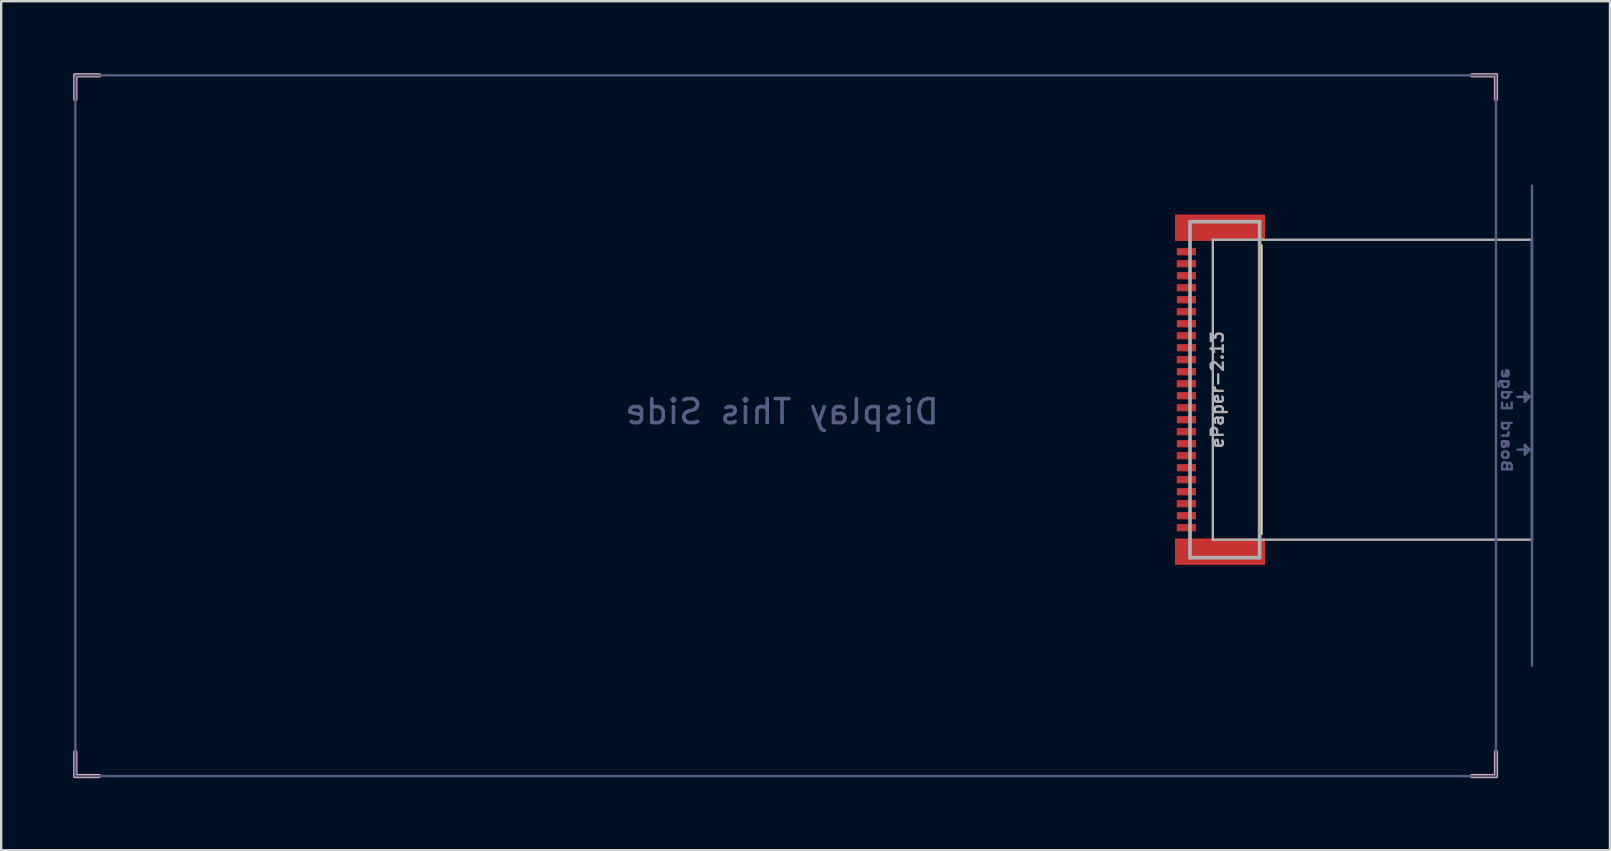
<source format=kicad_pcb>
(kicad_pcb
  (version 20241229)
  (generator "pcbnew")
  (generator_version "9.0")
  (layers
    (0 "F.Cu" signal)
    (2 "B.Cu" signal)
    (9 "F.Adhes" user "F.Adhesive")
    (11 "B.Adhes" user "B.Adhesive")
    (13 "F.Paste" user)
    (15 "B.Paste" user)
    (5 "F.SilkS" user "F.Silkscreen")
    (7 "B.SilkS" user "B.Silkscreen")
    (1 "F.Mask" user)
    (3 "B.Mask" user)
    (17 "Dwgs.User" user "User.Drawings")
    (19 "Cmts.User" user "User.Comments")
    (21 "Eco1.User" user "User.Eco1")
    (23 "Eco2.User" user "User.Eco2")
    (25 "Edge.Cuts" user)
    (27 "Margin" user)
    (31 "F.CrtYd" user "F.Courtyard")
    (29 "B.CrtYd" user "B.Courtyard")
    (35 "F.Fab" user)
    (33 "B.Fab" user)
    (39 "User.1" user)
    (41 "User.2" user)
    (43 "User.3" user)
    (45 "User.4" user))
  (footprint "ePaper-2.13"
    (layer "F.Cu")
    (at 60.789 14.689)
    (property "Reference" "ePaper-2.13" (at -13.111 -1.5 90) (layer "F.Fab") (effects (font (size 0.5 0.5) (thickness 0.1) (bold yes))))
    (fp_line (start -11.3 4.5) (end -11.3 -7.5) (stroke (width 0.152) (type solid)) (layer "F.SilkS"))
    (fp_line (start -60.7 -14.6) (end -60.7 -13.6) (stroke (width 0.178) (type default)) (layer "B.SilkS"))
    (fp_line (start -60.7 -14.6) (end -59.7 -14.6) (stroke (width 0.178) (type default)) (layer "B.SilkS"))
    (fp_line (start -60.7 14.6) (end -60.7 13.6) (stroke (width 0.178) (type default)) (layer "B.SilkS"))
    (fp_line (start -60.7 14.6) (end -59.7 14.6) (stroke (width 0.178) (type default)) (layer "B.SilkS"))
    (fp_line (start -1.5 -14.6) (end -2.5 -14.6) (stroke (width 0.178) (type default)) (layer "B.SilkS"))
    (fp_line (start -1.5 -14.6) (end -1.5 -13.6) (stroke (width 0.178) (type default)) (layer "B.SilkS"))
    (fp_line (start -1.5 14.6) (end -2.5 14.6) (stroke (width 0.178) (type default)) (layer "B.SilkS"))
    (fp_line (start -1.5 14.6) (end -1.5 13.6) (stroke (width 0.178) (type default)) (layer "B.SilkS"))
    (fp_line (start -0.6 -1.2) (end -0.1 -1.2) (stroke (width 0.1) (type default)) (layer "B.Fab"))
    (fp_line (start -0.6 1) (end -0.1 1) (stroke (width 0.1) (type default)) (layer "B.Fab"))
    (fp_line (start -0.3 -1.4) (end -0.3 -1) (stroke (width 0.1) (type default)) (layer "B.Fab"))
    (fp_line (start -0.3 -1) (end -0.1 -1.2) (stroke (width 0.1) (type default)) (layer "B.Fab"))
    (fp_line (start -0.3 0.8) (end -0.3 1.2) (stroke (width 0.1) (type default)) (layer "B.Fab"))
    (fp_line (start -0.3 1.2) (end -0.1 1) (stroke (width 0.1) (type default)) (layer "B.Fab"))
    (fp_line (start -0.1 -1.2) (end -0.3 -1.4) (stroke (width 0.1) (type default)) (layer "B.Fab"))
    (fp_line (start -0.1 1) (end -0.3 0.8) (stroke (width 0.1) (type default)) (layer "B.Fab"))
    (fp_line (start 0 10) (end 0 -10) (stroke (width 0.1) (type default)) (layer "B.Fab"))
    (fp_rect (start -60.7 -14.6) (end -1.5 14.6) (stroke (width 0.1) (type default)) (fill no) (layer "B.Fab"))
    (fp_line (start -14.25 -8.5) (end -11.35 -8.5) (stroke (width 0.152) (type solid)) (layer "F.Fab"))
    (fp_line (start -14.25 5.5) (end -14.25 -8.5) (stroke (width 0.152) (type solid)) (layer "F.Fab"))
    (fp_line (start -13.3 -7.75) (end -13.3 4.75) (stroke (width 0.1) (type default)) (layer "F.Fab"))
    (fp_line (start -11.35 -8.5) (end -11.35 5.5) (stroke (width 0.152) (type solid)) (layer "F.Fab"))
    (fp_line (start -11.35 5.5) (end -14.25 5.5) (stroke (width 0.152) (type solid)) (layer "F.Fab"))
    (fp_line (start 0 -7.75) (end -13.3 -7.75) (stroke (width 0.1) (type default)) (layer "F.Fab"))
    (fp_line (start 0 -7.75) (end 0 4.75) (stroke (width 0.1) (type default)) (layer "F.Fab"))
    (fp_line (start 0 4.75) (end -13.3 4.75) (stroke (width 0.1) (type default)) (layer "F.Fab"))
    (fp_text user "Board Edge" (at -1.3 2 270) (unlocked yes) (layer "B.Fab") (effects (font (size 0.4 0.5) (thickness 0.1) (bold yes)) (justify left bottom mirror)))
    (fp_text user "Display This Side" (at -31.25 0 0) (unlocked yes) (layer "B.Fab") (effects (font (size 1 1) (thickness 0.15)) (justify bottom mirror)))
    (pad "1" smd rect (at -14.4 -7.25 90) (size 0.3 0.8) (layers "F.Cu" "F.Mask" "F.Paste"))
    (pad "2" smd rect (at -14.4 -6.75 90) (size 0.3 0.8) (layers "F.Cu" "F.Mask" "F.Paste"))
    (pad "3" smd rect (at -14.4 -6.25 90) (size 0.3 0.8) (layers "F.Cu" "F.Mask" "F.Paste"))
    (pad "4" smd rect (at -14.4 -5.75 90) (size 0.3 0.8) (layers "F.Cu" "F.Mask" "F.Paste"))
    (pad "5" smd rect (at -14.4 -5.25 90) (size 0.3 0.8) (layers "F.Cu" "F.Mask" "F.Paste"))
    (pad "6" smd rect (at -14.4 -4.75 90) (size 0.3 0.8) (layers "F.Cu" "F.Mask" "F.Paste"))
    (pad "7" smd rect (at -14.4 -4.25 90) (size 0.3 0.8) (layers "F.Cu" "F.Mask" "F.Paste"))
    (pad "8" smd rect (at -14.4 -3.75 90) (size 0.3 0.8) (layers "F.Cu" "F.Mask" "F.Paste"))
    (pad "9" smd rect (at -14.4 -3.25 90) (size 0.3 0.8) (layers "F.Cu" "F.Mask" "F.Paste"))
    (pad "10" smd rect (at -14.4 -2.75 90) (size 0.3 0.8) (layers "F.Cu" "F.Mask" "F.Paste"))
    (pad "11" smd rect (at -14.4 -2.25 90) (size 0.3 0.8) (layers "F.Cu" "F.Mask" "F.Paste"))
    (pad "12" smd rect (at -14.4 -1.75 90) (size 0.3 0.8) (layers "F.Cu" "F.Mask" "F.Paste"))
    (pad "13" smd rect (at -14.4 -1.25 90) (size 0.3 0.8) (layers "F.Cu" "F.Mask" "F.Paste"))
    (pad "14" smd rect (at -14.4 -0.75 90) (size 0.3 0.8) (layers "F.Cu" "F.Mask" "F.Paste"))
    (pad "15" smd rect (at -14.4 -0.25 90) (size 0.3 0.8) (layers "F.Cu" "F.Mask" "F.Paste"))
    (pad "16" smd rect (at -14.4 0.25 90) (size 0.3 0.8) (layers "F.Cu" "F.Mask" "F.Paste"))
    (pad "17" smd rect (at -14.4 0.75 90) (size 0.3 0.8) (layers "F.Cu" "F.Mask" "F.Paste"))
    (pad "18" smd rect (at -14.4 1.25 90) (size 0.3 0.8) (layers "F.Cu" "F.Mask" "F.Paste"))
    (pad "19" smd rect (at -14.4 1.75 90) (size 0.3 0.8) (layers "F.Cu" "F.Mask" "F.Paste"))
    (pad "20" smd rect (at -14.4 2.25 90) (size 0.3 0.8) (layers "F.Cu" "F.Mask" "F.Paste"))
    (pad "21" smd rect (at -14.4 2.75 90) (size 0.3 0.8) (layers "F.Cu" "F.Mask" "F.Paste"))
    (pad "22" smd rect (at -14.4 3.25 90) (size 0.3 0.8) (layers "F.Cu" "F.Mask" "F.Paste"))
    (pad "23" smd rect (at -14.4 3.75 90) (size 0.3 0.8) (layers "F.Cu" "F.Mask" "F.Paste"))
    (pad "24" smd rect (at -14.4 4.25 90) (size 0.3 0.8) (layers "F.Cu" "F.Mask" "F.Paste"))
    (pad "MNT1" smd rect (at -13 5.25 180) (size 3.75 1.1) (layers "F.Cu" "F.Mask" "F.Paste"))
    (pad "MNT2" smd rect (at -13 -8.25 180) (size 3.75 1.1) (layers "F.Cu" "F.Mask" "F.Paste"))
    (zone (net_name "") (layer "F.Cu") (hatch edge 0.5) (connect_pads) (min_thickness 0.25) (filled_areas_thickness no) (keepout (tracks not_allowed) (vias not_allowed) (pads not_allowed) (copperpour not_allowed) (footprints allowed)) (placement (enabled no)) (fill) (polygon (pts (xy 46.889 7.789) (xy 46.889 7.589) (xy 45.889 7.589) (xy 45.889 7.789))))
    (zone (net_name "") (layer "F.Cu") (hatch edge 0.5) (connect_pads) (min_thickness 0.25) (filled_areas_thickness no) (keepout (tracks not_allowed) (vias not_allowed) (pads not_allowed) (copperpour not_allowed) (footprints allowed)) (placement (enabled no)) (fill) (polygon (pts (xy 46.889 8.289) (xy 46.889 8.089) (xy 45.889 8.089) (xy 45.889 8.289))))
    (zone (net_name "") (layer "F.Cu") (hatch edge 0.5) (connect_pads) (min_thickness 0.25) (filled_areas_thickness no) (keepout (tracks not_allowed) (vias not_allowed) (pads not_allowed) (copperpour not_allowed) (footprints allowed)) (placement (enabled no)) (fill) (polygon (pts (xy 46.889 8.789) (xy 46.889 8.589) (xy 45.889 8.589) (xy 45.889 8.789))))
    (zone (net_name "") (layer "F.Cu") (hatch edge 0.5) (connect_pads) (min_thickness 0.25) (filled_areas_thickness no) (keepout (tracks not_allowed) (vias not_allowed) (pads not_allowed) (copperpour not_allowed) (footprints allowed)) (placement (enabled no)) (fill) (polygon (pts (xy 46.889 9.289) (xy 46.889 9.089) (xy 45.889 9.089) (xy 45.889 9.289))))
    (zone (net_name "") (layer "F.Cu") (hatch edge 0.5) (connect_pads) (min_thickness 0.25) (filled_areas_thickness no) (keepout (tracks not_allowed) (vias not_allowed) (pads not_allowed) (copperpour not_allowed) (footprints allowed)) (placement (enabled no)) (fill) (polygon (pts (xy 46.889 9.789) (xy 46.889 9.589) (xy 45.889 9.589) (xy 45.889 9.789))))
    (zone (net_name "") (layer "F.Cu") (hatch edge 0.5) (connect_pads) (min_thickness 0.25) (filled_areas_thickness no) (keepout (tracks not_allowed) (vias not_allowed) (pads not_allowed) (copperpour not_allowed) (footprints allowed)) (placement (enabled no)) (fill) (polygon (pts (xy 46.889 10.289) (xy 46.889 10.089) (xy 45.889 10.089) (xy 45.889 10.289))))
    (zone (net_name "") (layer "F.Cu") (hatch edge 0.5) (connect_pads) (min_thickness 0.25) (filled_areas_thickness no) (keepout (tracks not_allowed) (vias not_allowed) (pads not_allowed) (copperpour not_allowed) (footprints allowed)) (placement (enabled no)) (fill) (polygon (pts (xy 46.889 10.789) (xy 46.889 10.589) (xy 45.889 10.589) (xy 45.889 10.789))))
    (zone (net_name "") (layer "F.Cu") (hatch edge 0.5) (connect_pads) (min_thickness 0.25) (filled_areas_thickness no) (keepout (tracks not_allowed) (vias not_allowed) (pads not_allowed) (copperpour not_allowed) (footprints allowed)) (placement (enabled no)) (fill) (polygon (pts (xy 46.889 11.289) (xy 46.889 11.089) (xy 45.889 11.089) (xy 45.889 11.289))))
    (zone (net_name "") (layer "F.Cu") (hatch edge 0.5) (connect_pads) (min_thickness 0.25) (filled_areas_thickness no) (keepout (tracks not_allowed) (vias not_allowed) (pads not_allowed) (copperpour not_allowed) (footprints allowed)) (placement (enabled no)) (fill) (polygon (pts (xy 46.889 11.789) (xy 46.889 11.589) (xy 45.889 11.589) (xy 45.889 11.789))))
    (zone (net_name "") (layer "F.Cu") (hatch edge 0.5) (connect_pads) (min_thickness 0.25) (filled_areas_thickness no) (keepout (tracks not_allowed) (vias not_allowed) (pads not_allowed) (copperpour not_allowed) (footprints allowed)) (placement (enabled no)) (fill) (polygon (pts (xy 46.889 12.289) (xy 46.889 12.089) (xy 45.889 12.089) (xy 45.889 12.289))))
    (zone (net_name "") (layer "F.Cu") (hatch edge 0.5) (connect_pads) (min_thickness 0.25) (filled_areas_thickness no) (keepout (tracks not_allowed) (vias not_allowed) (pads not_allowed) (copperpour not_allowed) (footprints allowed)) (placement (enabled no)) (fill) (polygon (pts (xy 46.889 12.789) (xy 46.889 12.589) (xy 45.889 12.589) (xy 45.889 12.789))))
    (zone (net_name "") (layer "F.Cu") (hatch edge 0.5) (connect_pads) (min_thickness 0.25) (filled_areas_thickness no) (keepout (tracks not_allowed) (vias not_allowed) (pads not_allowed) (copperpour not_allowed) (footprints allowed)) (placement (enabled no)) (fill) (polygon (pts (xy 46.889 13.289) (xy 46.889 13.089) (xy 45.889 13.089) (xy 45.889 13.289))))
    (zone (net_name "") (layer "F.Cu") (hatch edge 0.5) (connect_pads) (min_thickness 0.25) (filled_areas_thickness no) (keepout (tracks not_allowed) (vias not_allowed) (pads not_allowed) (copperpour not_allowed) (footprints allowed)) (placement (enabled no)) (fill) (polygon (pts (xy 46.889 13.789) (xy 46.889 13.589) (xy 45.889 13.589) (xy 45.889 13.789))))
    (zone (net_name "") (layer "F.Cu") (hatch edge 0.5) (connect_pads) (min_thickness 0.25) (filled_areas_thickness no) (keepout (tracks not_allowed) (vias not_allowed) (pads not_allowed) (copperpour not_allowed) (footprints allowed)) (placement (enabled no)) (fill) (polygon (pts (xy 46.889 14.289) (xy 46.889 14.089) (xy 45.889 14.089) (xy 45.889 14.289))))
    (zone (net_name "") (layer "F.Cu") (hatch edge 0.5) (connect_pads) (min_thickness 0.25) (filled_areas_thickness no) (keepout (tracks not_allowed) (vias not_allowed) (pads not_allowed) (copperpour not_allowed) (footprints allowed)) (placement (enabled no)) (fill) (polygon (pts (xy 46.889 14.789) (xy 46.889 14.589) (xy 45.889 14.589) (xy 45.889 14.789))))
    (zone (net_name "") (layer "F.Cu") (hatch edge 0.5) (connect_pads) (min_thickness 0.25) (filled_areas_thickness no) (keepout (tracks not_allowed) (vias not_allowed) (pads not_allowed) (copperpour not_allowed) (footprints allowed)) (placement (enabled no)) (fill) (polygon (pts (xy 46.889 15.289) (xy 46.889 15.089) (xy 45.889 15.089) (xy 45.889 15.289))))
    (zone (net_name "") (layer "F.Cu") (hatch edge 0.5) (connect_pads) (min_thickness 0.25) (filled_areas_thickness no) (keepout (tracks not_allowed) (vias not_allowed) (pads not_allowed) (copperpour not_allowed) (footprints allowed)) (placement (enabled no)) (fill) (polygon (pts (xy 46.889 15.789) (xy 46.889 15.589) (xy 45.889 15.589) (xy 45.889 15.789))))
    (zone (net_name "") (layer "F.Cu") (hatch edge 0.5) (connect_pads) (min_thickness 0.25) (filled_areas_thickness no) (keepout (tracks not_allowed) (vias not_allowed) (pads not_allowed) (copperpour not_allowed) (footprints allowed)) (placement (enabled no)) (fill) (polygon (pts (xy 46.889 16.289) (xy 46.889 16.089) (xy 45.889 16.089) (xy 45.889 16.289))))
    (zone (net_name "") (layer "F.Cu") (hatch edge 0.5) (connect_pads) (min_thickness 0.25) (filled_areas_thickness no) (keepout (tracks not_allowed) (vias not_allowed) (pads not_allowed) (copperpour not_allowed) (footprints allowed)) (placement (enabled no)) (fill) (polygon (pts (xy 46.889 16.789) (xy 46.889 16.589) (xy 45.889 16.589) (xy 45.889 16.789))))
    (zone (net_name "") (layer "F.Cu") (hatch edge 0.5) (connect_pads) (min_thickness 0.25) (filled_areas_thickness no) (keepout (tracks not_allowed) (vias not_allowed) (pads not_allowed) (copperpour not_allowed) (footprints allowed)) (placement (enabled no)) (fill) (polygon (pts (xy 46.889 17.289) (xy 46.889 17.089) (xy 45.889 17.089) (xy 45.889 17.289))))
    (zone (net_name "") (layer "F.Cu") (hatch edge 0.5) (connect_pads) (min_thickness 0.25) (filled_areas_thickness no) (keepout (tracks not_allowed) (vias not_allowed) (pads not_allowed) (copperpour not_allowed) (footprints allowed)) (placement (enabled no)) (fill) (polygon (pts (xy 46.889 17.789) (xy 46.889 17.589) (xy 45.889 17.589) (xy 45.889 17.789))))
    (zone (net_name "") (layer "F.Cu") (hatch edge 0.5) (connect_pads) (min_thickness 0.25) (filled_areas_thickness no) (keepout (tracks not_allowed) (vias not_allowed) (pads not_allowed) (copperpour not_allowed) (footprints allowed)) (placement (enabled no)) (fill) (polygon (pts (xy 46.889 18.289) (xy 46.889 18.089) (xy 45.889 18.089) (xy 45.889 18.289))))
    (zone (net_name "") (layer "F.Cu") (hatch edge 0.5) (connect_pads) (min_thickness 0.25) (filled_areas_thickness no) (keepout (tracks not_allowed) (vias not_allowed) (pads not_allowed) (copperpour not_allowed) (footprints allowed)) (placement (enabled no)) (fill) (polygon (pts (xy 46.889 18.789) (xy 46.889 18.589) (xy 45.889 18.589) (xy 45.889 18.789)))))
  (gr_rect
    (start -3 -3)
    (end 64.039 32.378)
    (stroke (width 0.1) (type default))
    (fill no)
    (layer "Edge.Cuts")))
</source>
